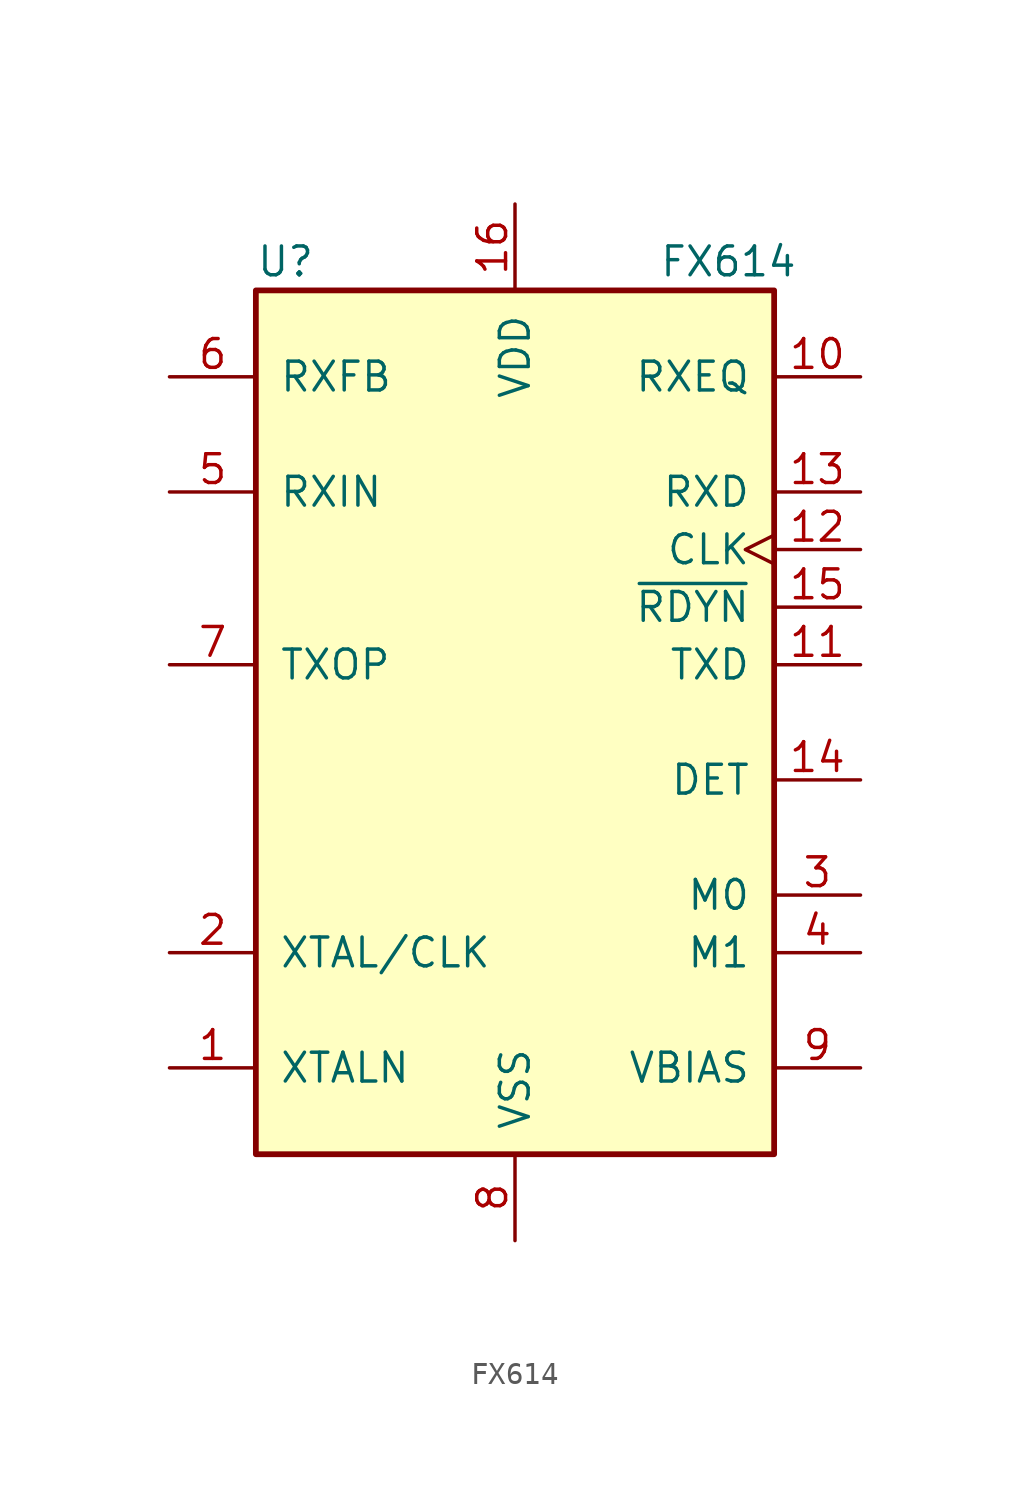
<source format=kicad_sym>
(kicad_symbol_lib
  (version 20200908)
  (generator kicad_symbol_editor)
  (symbol "Interface_Telecom:FX614"
    (pin_names
      (offset 1.016))
    (property "Reference" "U"
      (at -11.43 20.32 0)
      (effects (font (size 1.27 1.27)) (justify left)))
    (property "Value" "FX614"
      (at 6.35 20.32 0)
      (effects (font (size 1.27 1.27)) (justify left)))
    (symbol "FX614_0_1"
      (rectangle (start -11.43 19.05) (end 11.43 -19.05) (stroke (width 0.254)) (fill (type background))))
    (symbol "FX614_1_1"
      (pin output line (at -15.24 -15.24 0) (length 3.81) (name "XTALN" (effects (font (size 1.27 1.27)))) (number "1" (effects (font (size 1.27 1.27)))))
      (pin input line (at 15.24 15.24 180) (length 3.81) (name "RXEQ" (effects (font (size 1.27 1.27)))) (number "10" (effects (font (size 1.27 1.27)))))
      (pin input line (at 15.24 2.54 180) (length 3.81) (name "TXD" (effects (font (size 1.27 1.27)))) (number "11" (effects (font (size 1.27 1.27)))))
      (pin input clock (at 15.24 7.62 180) (length 3.81) (name "CLK" (effects (font (size 1.27 1.27)))) (number "12" (effects (font (size 1.27 1.27)))))
      (pin output line (at 15.24 10.16 180) (length 3.81) (name "RXD" (effects (font (size 1.27 1.27)))) (number "13" (effects (font (size 1.27 1.27)))))
      (pin output line (at 15.24 -2.54 180) (length 3.81) (name "DET" (effects (font (size 1.27 1.27)))) (number "14" (effects (font (size 1.27 1.27)))))
      (pin output line (at 15.24 5.08 180) (length 3.81) (name "~RDYN~" (effects (font (size 1.27 1.27)))) (number "15" (effects (font (size 1.27 1.27)))))
      (pin power_in line (at 0 22.86 270) (length 3.81) (name "VDD" (effects (font (size 1.27 1.27)))) (number "16" (effects (font (size 1.27 1.27)))))
      (pin input line (at -15.24 -10.16 0) (length 3.81) (name "XTAL/CLK" (effects (font (size 1.27 1.27)))) (number "2" (effects (font (size 1.27 1.27)))))
      (pin input line (at 15.24 -7.62 180) (length 3.81) (name "M0" (effects (font (size 1.27 1.27)))) (number "3" (effects (font (size 1.27 1.27)))))
      (pin input line (at 15.24 -10.16 180) (length 3.81) (name "M1" (effects (font (size 1.27 1.27)))) (number "4" (effects (font (size 1.27 1.27)))))
      (pin input line (at -15.24 10.16 0) (length 3.81) (name "RXIN" (effects (font (size 1.27 1.27)))) (number "5" (effects (font (size 1.27 1.27)))))
      (pin output line (at -15.24 15.24 0) (length 3.81) (name "RXFB" (effects (font (size 1.27 1.27)))) (number "6" (effects (font (size 1.27 1.27)))))
      (pin output line (at -15.24 2.54 0) (length 3.81) (name "TXOP" (effects (font (size 1.27 1.27)))) (number "7" (effects (font (size 1.27 1.27)))))
      (pin power_in line (at 0 -22.86 90) (length 3.81) (name "VSS" (effects (font (size 1.27 1.27)))) (number "8" (effects (font (size 1.27 1.27)))))
      (pin passive line (at 15.24 -15.24 180) (length 3.81) (name "VBIAS" (effects (font (size 1.27 1.27)))) (number "9" (effects (font (size 1.27 1.27))))))))
</source>
